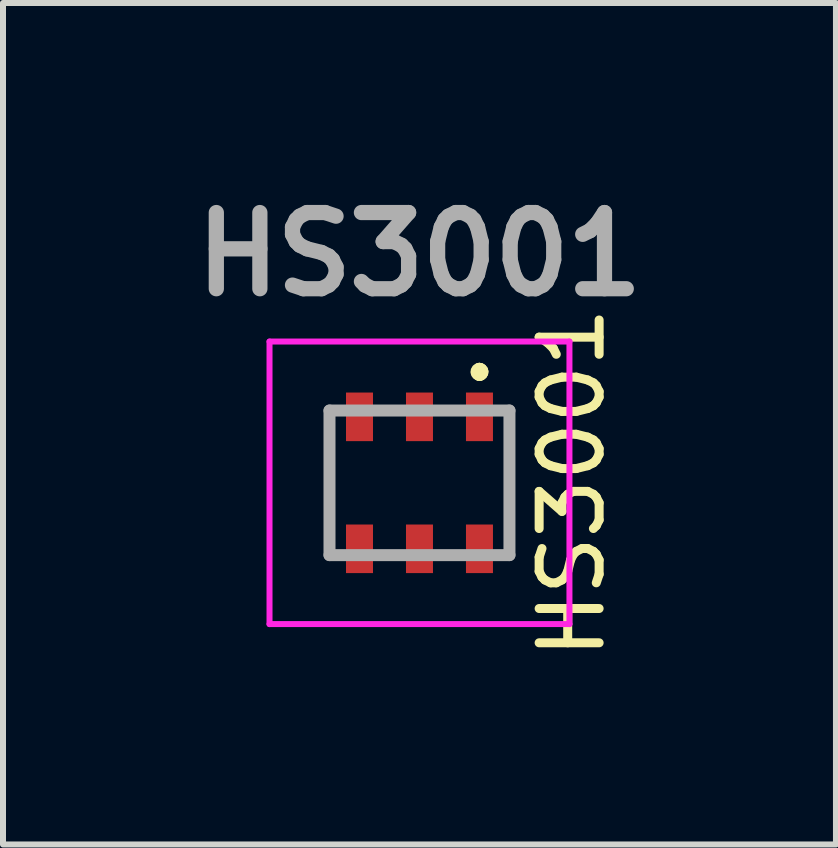
<source format=kicad_pcb>
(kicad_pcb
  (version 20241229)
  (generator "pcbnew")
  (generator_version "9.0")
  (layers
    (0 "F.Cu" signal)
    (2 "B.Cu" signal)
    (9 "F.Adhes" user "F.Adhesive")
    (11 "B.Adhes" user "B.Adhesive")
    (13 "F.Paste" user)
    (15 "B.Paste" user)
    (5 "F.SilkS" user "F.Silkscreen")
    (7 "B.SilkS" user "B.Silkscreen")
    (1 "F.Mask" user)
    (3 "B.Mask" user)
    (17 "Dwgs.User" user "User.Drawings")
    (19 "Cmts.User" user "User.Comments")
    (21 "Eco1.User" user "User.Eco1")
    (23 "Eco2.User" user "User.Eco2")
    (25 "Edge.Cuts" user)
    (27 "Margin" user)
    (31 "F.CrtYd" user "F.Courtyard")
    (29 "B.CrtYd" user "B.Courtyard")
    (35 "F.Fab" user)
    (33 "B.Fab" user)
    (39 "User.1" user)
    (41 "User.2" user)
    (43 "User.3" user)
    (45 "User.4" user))
  (footprint "HS3001"
    (layer "F.Cu")
    (at 3.943 4.999)
    (property "Reference" "HS3001" (at 2.54 0 270) (layer "F.SilkS") (effects (font (size 1 1) (thickness 0.15))))
    (attr smd)
    (fp_line (start -1.5 -0.5) (end -1.5 -0.5) (stroke (width 0.1) (type solid)) (layer "F.SilkS"))
    (fp_line (start -1.5 -0.5) (end -1.5 0.5) (stroke (width 0.1) (type solid)) (layer "F.SilkS"))
    (fp_line (start -1.5 0.5) (end -1.5 -0.5) (stroke (width 0.1) (type solid)) (layer "F.SilkS"))
    (fp_line (start -1.5 0.5) (end -1.5 0.5) (stroke (width 0.1) (type solid)) (layer "F.SilkS"))
    (fp_line (start 1 -1.9) (end 1 -1.9) (stroke (width 0.2) (type solid)) (layer "F.SilkS"))
    (fp_line (start 1 -1.8) (end 1 -1.8) (stroke (width 0.2) (type solid)) (layer "F.SilkS"))
    (fp_line (start 1 -1.8) (end 1 -1.8) (stroke (width 0.2) (type solid)) (layer "F.SilkS"))
    (fp_line (start 1.5 -0.5) (end 1.5 -0.5) (stroke (width 0.1) (type solid)) (layer "F.SilkS"))
    (fp_line (start 1.5 -0.5) (end 1.5 0.5) (stroke (width 0.1) (type solid)) (layer "F.SilkS"))
    (fp_line (start 1.5 0.5) (end 1.5 -0.5) (stroke (width 0.1) (type solid)) (layer "F.SilkS"))
    (fp_line (start 1.5 0.5) (end 1.5 0.5) (stroke (width 0.1) (type solid)) (layer "F.SilkS"))
    (fp_arc (start 1 -1.9) (mid 1.05 -1.85) (end 1 -1.8) (stroke (width 0.2) (type solid)) (layer "F.SilkS"))
    (fp_arc (start 1 -1.9) (mid 1.05 -1.85) (end 1 -1.8) (stroke (width 0.2) (type solid)) (layer "F.SilkS"))
    (fp_arc (start 1 -1.8) (mid 0.95 -1.85) (end 1 -1.9) (stroke (width 0.2) (type solid)) (layer "F.SilkS"))
    (fp_line (start -2.5 -2.355) (end 2.5 -2.355) (stroke (width 0.1) (type solid)) (layer "F.CrtYd"))
    (fp_line (start -2.5 2.355) (end -2.5 -2.355) (stroke (width 0.1) (type solid)) (layer "F.CrtYd"))
    (fp_line (start 2.5 -2.355) (end 2.5 2.355) (stroke (width 0.1) (type solid)) (layer "F.CrtYd"))
    (fp_line (start 2.5 2.355) (end -2.5 2.355) (stroke (width 0.1) (type solid)) (layer "F.CrtYd"))
    (fp_line (start -1.5 -1.205) (end -1.5 1.205) (stroke (width 0.2) (type solid)) (layer "F.Fab"))
    (fp_line (start -1.5 1.205) (end 1.5 1.205) (stroke (width 0.2) (type solid)) (layer "F.Fab"))
    (fp_line (start 1.5 -1.205) (end -1.5 -1.205) (stroke (width 0.2) (type solid)) (layer "F.Fab"))
    (fp_line (start 1.5 1.205) (end 1.5 -1.205) (stroke (width 0.2) (type solid)) (layer "F.Fab"))
    (fp_text user "${REFERENCE}" (at 0 -3.81 0) (layer "F.Fab") (effects (font (size 1.27 1.27) (thickness 0.254))))
    (pad "1" smd rect (at 1 -1.1) (size 0.45 0.81) (layers "F.Cu" "F.Mask" "F.Paste"))
    (pad "2" smd rect (at 0 -1.1) (size 0.45 0.81) (layers "F.Cu" "F.Mask" "F.Paste"))
    (pad "3" smd rect (at -1 -1.1) (size 0.45 0.81) (layers "F.Cu" "F.Mask" "F.Paste"))
    (pad "4" smd rect (at -1 1.1) (size 0.45 0.81) (layers "F.Cu" "F.Mask" "F.Paste"))
    (pad "5" smd rect (at 0 1.1) (size 0.45 0.81) (layers "F.Cu" "F.Mask" "F.Paste"))
    (pad "6" smd rect (at 1 1.1) (size 0.45 0.81) (layers "F.Cu" "F.Mask" "F.Paste")))
  (gr_rect
    (start -3 -3)
    (end 10.886 11.028)
    (stroke (width 0.1) (type default))
    (fill no)
    (layer "Edge.Cuts")))
</source>
